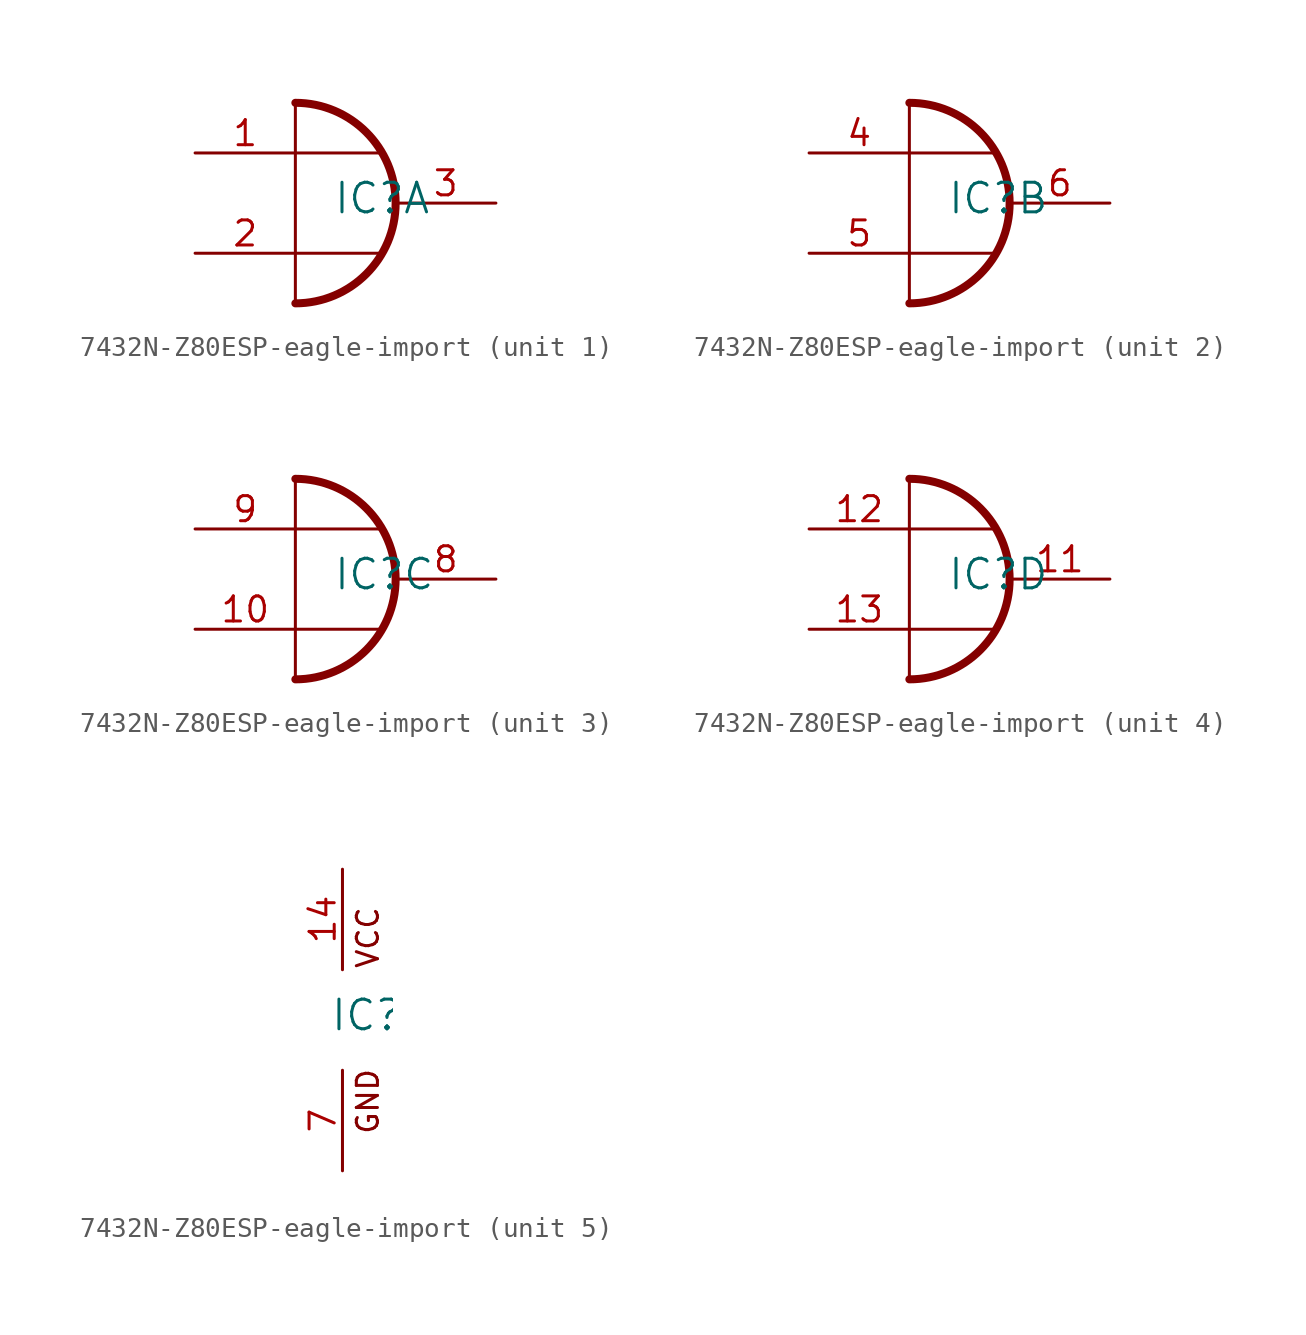
<source format=kicad_sym>
(kicad_symbol_lib
  (version 20220914)
  (generator kicad_symbol_editor)
  (symbol "7432N-Z80ESP-eagle-import"
    (pin_names
      (offset 1.016))
    (property "Reference" "IC"
      (at -0.635 -0.635 0)
      (effects (font (size 1.499 1.499)) (justify left bottom)))
    (property "ki_locked" ""
      (at 0 0 0)
      (effects (font (size 1.27 1.27))))
    (symbol "7432N-Z80ESP-eagle-import_1_0"
      (arc (start -2.54 -5.08) (mid 2.5179 0) (end -2.54 5.08) (stroke (width 0.4064) (type solid)) (fill (type none)))
      (polyline (pts (xy -2.54 5.08) (xy -2.54 -5.08)) (stroke (width 0) (type solid)) (fill (type none)))
      (polyline (pts (xy 1.778 -2.54) (xy -2.54 -2.54)) (stroke (width 0) (type solid)) (fill (type none)))
      (polyline (pts (xy 1.778 2.54) (xy -2.54 2.54)) (stroke (width 0) (type solid)) (fill (type none)))
      (pin input line (at -7.62 2.54 0) (length 5.08) (name "I0" (effects (font (size 0 0)))) (number "1" (effects (font (size 1.27 1.27)))))
      (pin input line (at -7.62 -2.54 0) (length 5.08) (name "I1" (effects (font (size 0 0)))) (number "2" (effects (font (size 1.27 1.27)))))
      (pin output line (at 7.62 0 180) (length 5.08) (name "O" (effects (font (size 0 0)))) (number "3" (effects (font (size 1.27 1.27))))))
    (symbol "7432N-Z80ESP-eagle-import_2_0"
      (arc (start -2.54 -5.08) (mid 2.5179 0) (end -2.54 5.08) (stroke (width 0.4064) (type solid)) (fill (type none)))
      (polyline (pts (xy -2.54 5.08) (xy -2.54 -5.08)) (stroke (width 0) (type solid)) (fill (type none)))
      (polyline (pts (xy 1.778 -2.54) (xy -2.54 -2.54)) (stroke (width 0) (type solid)) (fill (type none)))
      (polyline (pts (xy 1.778 2.54) (xy -2.54 2.54)) (stroke (width 0) (type solid)) (fill (type none)))
      (pin input line (at -7.62 2.54 0) (length 5.08) (name "I0" (effects (font (size 0 0)))) (number "4" (effects (font (size 1.27 1.27)))))
      (pin input line (at -7.62 -2.54 0) (length 5.08) (name "I1" (effects (font (size 0 0)))) (number "5" (effects (font (size 1.27 1.27)))))
      (pin output line (at 7.62 0 180) (length 5.08) (name "O" (effects (font (size 0 0)))) (number "6" (effects (font (size 1.27 1.27))))))
    (symbol "7432N-Z80ESP-eagle-import_3_0"
      (arc (start -2.54 -5.08) (mid 2.5179 0) (end -2.54 5.08) (stroke (width 0.4064) (type solid)) (fill (type none)))
      (polyline (pts (xy -2.54 5.08) (xy -2.54 -5.08)) (stroke (width 0) (type solid)) (fill (type none)))
      (polyline (pts (xy 1.778 -2.54) (xy -2.54 -2.54)) (stroke (width 0) (type solid)) (fill (type none)))
      (polyline (pts (xy 1.778 2.54) (xy -2.54 2.54)) (stroke (width 0) (type solid)) (fill (type none)))
      (pin input line (at -7.62 -2.54 0) (length 5.08) (name "I1" (effects (font (size 0 0)))) (number "10" (effects (font (size 1.27 1.27)))))
      (pin output line (at 7.62 0 180) (length 5.08) (name "O" (effects (font (size 0 0)))) (number "8" (effects (font (size 1.27 1.27)))))
      (pin input line (at -7.62 2.54 0) (length 5.08) (name "I0" (effects (font (size 0 0)))) (number "9" (effects (font (size 1.27 1.27))))))
    (symbol "7432N-Z80ESP-eagle-import_4_0"
      (arc (start -2.54 -5.08) (mid 2.5179 0) (end -2.54 5.08) (stroke (width 0.4064) (type solid)) (fill (type none)))
      (polyline (pts (xy -2.54 5.08) (xy -2.54 -5.08)) (stroke (width 0) (type solid)) (fill (type none)))
      (polyline (pts (xy 1.778 -2.54) (xy -2.54 -2.54)) (stroke (width 0) (type solid)) (fill (type none)))
      (polyline (pts (xy 1.778 2.54) (xy -2.54 2.54)) (stroke (width 0) (type solid)) (fill (type none)))
      (pin output line (at 7.62 0 180) (length 5.08) (name "O" (effects (font (size 0 0)))) (number "11" (effects (font (size 1.27 1.27)))))
      (pin input line (at -7.62 2.54 0) (length 5.08) (name "I0" (effects (font (size 0 0)))) (number "12" (effects (font (size 1.27 1.27)))))
      (pin input line (at -7.62 -2.54 0) (length 5.08) (name "I1" (effects (font (size 0 0)))) (number "13" (effects (font (size 1.27 1.27))))))
    (symbol "7432N-Z80ESP-eagle-import_5_0"
      (text "GND" (at 1.905 -5.842 900) (effects (font (size 1.067 1.067)) (justify left bottom)))
      (text "VCC" (at 1.905 2.54 900) (effects (font (size 1.067 1.067)) (justify left bottom)))
      (pin power_in line (at 0 7.62 270) (length 5.08) (name "VCC" (effects (font (size 0 0)))) (number "14" (effects (font (size 1.27 1.27)))))
      (pin power_in line (at 0 -7.62 90) (length 5.08) (name "GND" (effects (font (size 0 0)))) (number "7" (effects (font (size 1.27 1.27))))))))
</source>
